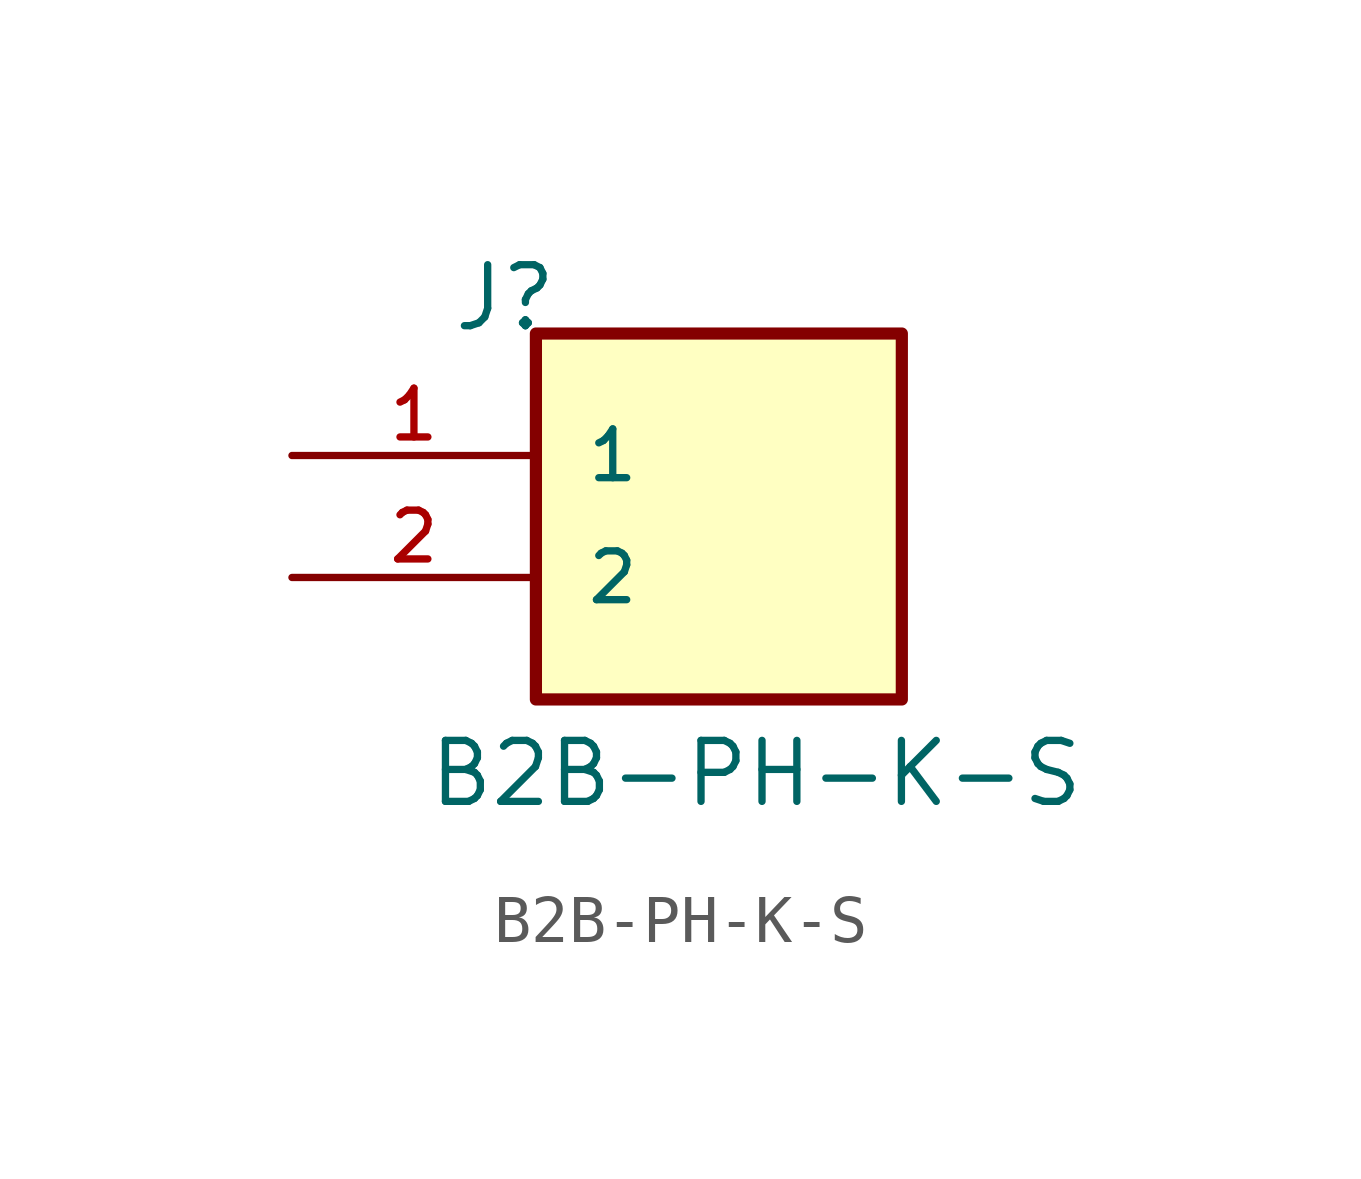
<source format=kicad_sym>
(kicad_symbol_lib
  (version 20231120)
  (generator "kicad_symbol_editor")
  (generator_version "8.0")
  (symbol "B2B-PH-K-S"
    (pin_names
      (offset 1.016))
    (property "Reference" "J"
      (at -5.58 5.08 0)
      (effects (font (size 1.27 1.27)) (justify left bottom)))
    (property "Value" "B2B-PH-K-S "
      (at -6.096 -4.826 0)
      (effects (font (size 1.27 1.27)) (justify left bottom)))
    (symbol "B2B-PH-K-S_0_0"
      (rectangle (start -3.81 5.08) (end 3.81 -2.54) (stroke (width 0.254) (type default)) (fill (type background)))
      (pin passive line (at -8.89 2.54 0) (length 5.08) (name "1" (effects (font (size 1.016 1.016)))) (number "1" (effects (font (size 1.016 1.016)))))
      (pin passive line (at -8.89 0 0) (length 5.08) (name "2" (effects (font (size 1.016 1.016)))) (number "2" (effects (font (size 1.016 1.016))))))))
</source>
